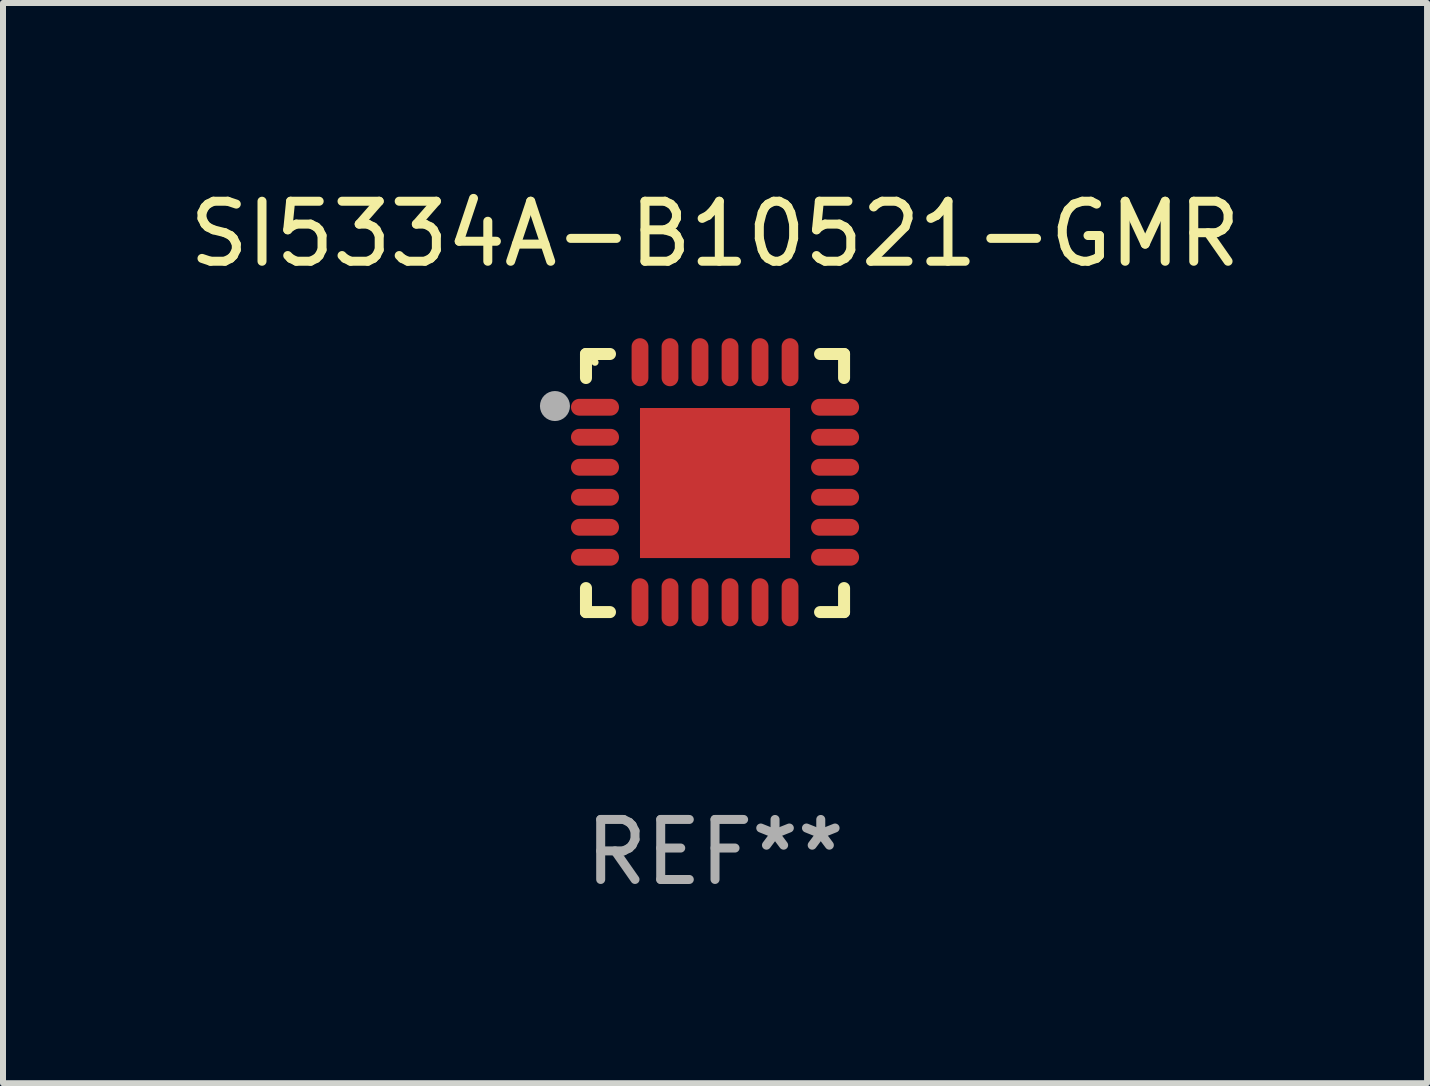
<source format=kicad_pcb>
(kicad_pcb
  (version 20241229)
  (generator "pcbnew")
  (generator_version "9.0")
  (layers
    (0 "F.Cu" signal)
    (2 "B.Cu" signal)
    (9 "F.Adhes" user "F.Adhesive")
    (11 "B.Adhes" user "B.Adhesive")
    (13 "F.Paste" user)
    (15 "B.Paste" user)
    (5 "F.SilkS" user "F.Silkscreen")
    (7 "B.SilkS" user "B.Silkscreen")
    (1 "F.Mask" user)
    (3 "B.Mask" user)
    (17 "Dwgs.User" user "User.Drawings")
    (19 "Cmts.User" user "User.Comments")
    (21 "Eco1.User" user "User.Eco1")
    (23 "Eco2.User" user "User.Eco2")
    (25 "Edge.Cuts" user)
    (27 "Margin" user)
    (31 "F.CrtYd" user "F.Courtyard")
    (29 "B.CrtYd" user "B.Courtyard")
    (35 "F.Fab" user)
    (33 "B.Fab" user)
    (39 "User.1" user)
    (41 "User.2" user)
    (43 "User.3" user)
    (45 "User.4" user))
  (footprint "SI5334A-B10521-GMR"
    (layer "F.Cu")
    (at 8.863 4.998)
    (property "Reference" "SI5334A-B10521-GMR" (at 0 -4.15 0) (layer "F.SilkS") (effects (font (size 1 1) (thickness 0.15))))
    (attr through_hole)
    (fp_line (start -2.15 -2.15) (end -1.75 -2.15) (stroke (width 0.2) (type solid)) (layer "F.SilkS"))
    (fp_line (start -2.15 -1.75) (end -2.15 -2.15) (stroke (width 0.2) (type solid)) (layer "F.SilkS"))
    (fp_line (start -2.15 2.15) (end -2.15 1.75) (stroke (width 0.2) (type solid)) (layer "F.SilkS"))
    (fp_line (start -1.75 2.15) (end -2.15 2.15) (stroke (width 0.2) (type solid)) (layer "F.SilkS"))
    (fp_line (start 1.75 -2.15) (end 2.15 -2.15) (stroke (width 0.2) (type solid)) (layer "F.SilkS"))
    (fp_line (start 1.75 2.15) (end 2.15 2.15) (stroke (width 0.2) (type solid)) (layer "F.SilkS"))
    (fp_line (start 2.15 -2.15) (end 2.15 -1.75) (stroke (width 0.2) (type solid)) (layer "F.SilkS"))
    (fp_line (start 2.15 2.15) (end 2.15 1.75) (stroke (width 0.2) (type solid)) (layer "F.SilkS"))
    (fp_circle (center -2 -2.013) (end -1.97 -2.013) (stroke (width 0.06) (type solid)) (fill no) (layer "F.SilkS"))
    (fp_circle (center -2.667 -1.283) (end -2.542 -1.283) (stroke (width 0.25) (type solid)) (fill no) (layer "F.Fab"))
    (fp_text user "REF**" (at 0 6.15 0) (layer "F.Fab") (effects (font (size 1 1) (thickness 0.15))))
    (pad "1" smd oval (at -2 -1.263) (size 0.8 0.28) (layers "F.Cu" "F.Mask" "F.Paste"))
    (pad "2" smd oval (at -2 -0.763) (size 0.8 0.28) (layers "F.Cu" "F.Mask" "F.Paste"))
    (pad "3" smd oval (at -2 -0.263) (size 0.8 0.28) (layers "F.Cu" "F.Mask" "F.Paste"))
    (pad "4" smd oval (at -2 0.237) (size 0.8 0.28) (layers "F.Cu" "F.Mask" "F.Paste"))
    (pad "5" smd oval (at -2 0.737) (size 0.8 0.28) (layers "F.Cu" "F.Mask" "F.Paste"))
    (pad "6" smd oval (at -2 1.237) (size 0.8 0.28) (layers "F.Cu" "F.Mask" "F.Paste"))
    (pad "7" smd oval (at -1.25 1.987) (size 0.28 0.8) (layers "F.Cu" "F.Mask" "F.Paste"))
    (pad "8" smd oval (at -0.75 1.987) (size 0.28 0.8) (layers "F.Cu" "F.Mask" "F.Paste"))
    (pad "9" smd oval (at -0.25 1.987) (size 0.28 0.8) (layers "F.Cu" "F.Mask" "F.Paste"))
    (pad "10" smd oval (at 0.25 1.987) (size 0.28 0.8) (layers "F.Cu" "F.Mask" "F.Paste"))
    (pad "11" smd oval (at 0.75 1.987) (size 0.28 0.8) (layers "F.Cu" "F.Mask" "F.Paste"))
    (pad "12" smd oval (at 1.25 1.987) (size 0.28 0.8) (layers "F.Cu" "F.Mask" "F.Paste"))
    (pad "13" smd oval (at 2 1.237) (size 0.8 0.28) (layers "F.Cu" "F.Mask" "F.Paste"))
    (pad "14" smd oval (at 2 0.737) (size 0.8 0.28) (layers "F.Cu" "F.Mask" "F.Paste"))
    (pad "15" smd oval (at 2 0.237) (size 0.8 0.28) (layers "F.Cu" "F.Mask" "F.Paste"))
    (pad "16" smd oval (at 2 -0.263) (size 0.8 0.28) (layers "F.Cu" "F.Mask" "F.Paste"))
    (pad "17" smd oval (at 2 -0.763) (size 0.8 0.28) (layers "F.Cu" "F.Mask" "F.Paste"))
    (pad "18" smd oval (at 2 -1.263) (size 0.8 0.28) (layers "F.Cu" "F.Mask" "F.Paste"))
    (pad "19" smd oval (at 1.25 -2.013) (size 0.28 0.8) (layers "F.Cu" "F.Mask" "F.Paste"))
    (pad "20" smd oval (at 0.75 -2.013) (size 0.28 0.8) (layers "F.Cu" "F.Mask" "F.Paste"))
    (pad "21" smd oval (at 0.25 -2.013) (size 0.28 0.8) (layers "F.Cu" "F.Mask" "F.Paste"))
    (pad "22" smd oval (at -0.25 -2.013) (size 0.28 0.8) (layers "F.Cu" "F.Mask" "F.Paste"))
    (pad "23" smd oval (at -0.75 -2.013) (size 0.28 0.8) (layers "F.Cu" "F.Mask" "F.Paste"))
    (pad "24" smd oval (at -1.25 -2.013) (size 0.28 0.8) (layers "F.Cu" "F.Mask" "F.Paste"))
    (pad "25" smd rect (at -0.000127 -0.00014) (size 2.5 2.5) (layers "F.Cu" "F.Mask" "F.Paste")))
  (gr_rect
    (start -3 -3)
    (end 20.726 14.997)
    (stroke (width 0.1) (type default))
    (fill no)
    (layer "Edge.Cuts")))
</source>
